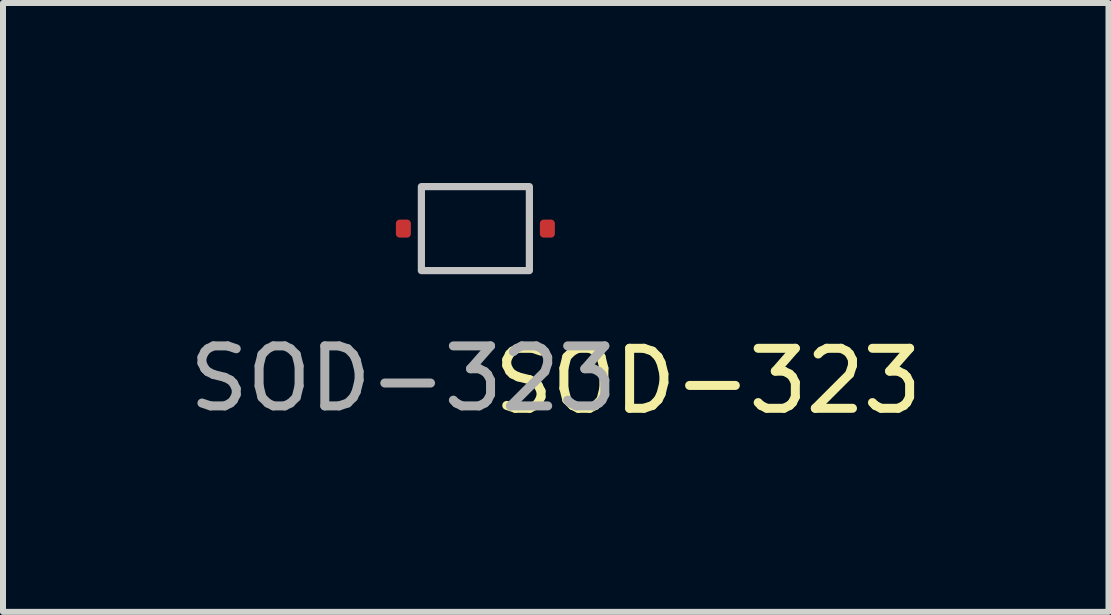
<source format=kicad_pcb>
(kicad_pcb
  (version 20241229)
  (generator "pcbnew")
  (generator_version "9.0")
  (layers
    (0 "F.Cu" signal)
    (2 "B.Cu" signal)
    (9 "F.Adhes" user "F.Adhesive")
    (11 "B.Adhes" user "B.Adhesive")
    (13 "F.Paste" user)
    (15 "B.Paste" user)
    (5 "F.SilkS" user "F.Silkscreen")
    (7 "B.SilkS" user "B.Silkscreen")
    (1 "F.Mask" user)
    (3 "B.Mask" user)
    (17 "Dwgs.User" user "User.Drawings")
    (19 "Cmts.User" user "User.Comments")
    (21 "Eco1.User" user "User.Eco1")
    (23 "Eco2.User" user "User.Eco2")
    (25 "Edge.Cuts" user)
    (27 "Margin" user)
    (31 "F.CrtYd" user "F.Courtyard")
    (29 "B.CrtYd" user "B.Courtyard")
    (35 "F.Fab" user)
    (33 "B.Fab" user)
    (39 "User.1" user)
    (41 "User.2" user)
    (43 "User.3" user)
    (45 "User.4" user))
  (footprint "SOD-323"
    (layer "F.Cu")
    (at 3.673 0.76)
    (property "Reference" "SOD-323" (at 5.08 2.54 0) (unlocked yes) (layer "F.SilkS") (effects (font (size 1 1) (thickness 0.15))))
    (attr smd)
    (fp_rect (start 0.3 -0.7) (end 2.1 0.7) (stroke (width 0.12) (type solid)) (fill no) (layer "Dwgs.User"))
    (fp_text user "${REFERENCE}" (at 0 2.5 0) (unlocked yes) (layer "F.Fab") (effects (font (size 1 1) (thickness 0.15))))
    (pad "1" smd roundrect (at 0 0) (size 0.25 0.3) (layers "F.Cu" "F.Mask" "F.Paste") (roundrect_rratio 0.25))
    (pad "2" smd roundrect (at 2.4 0) (size 0.25 0.3) (layers "F.Cu" "F.Mask" "F.Paste") (roundrect_rratio 0.25)))
  (gr_rect
    (start -3 -3)
    (end 15.425 7.148)
    (stroke (width 0.1) (type default))
    (fill no)
    (layer "Edge.Cuts")))
</source>
